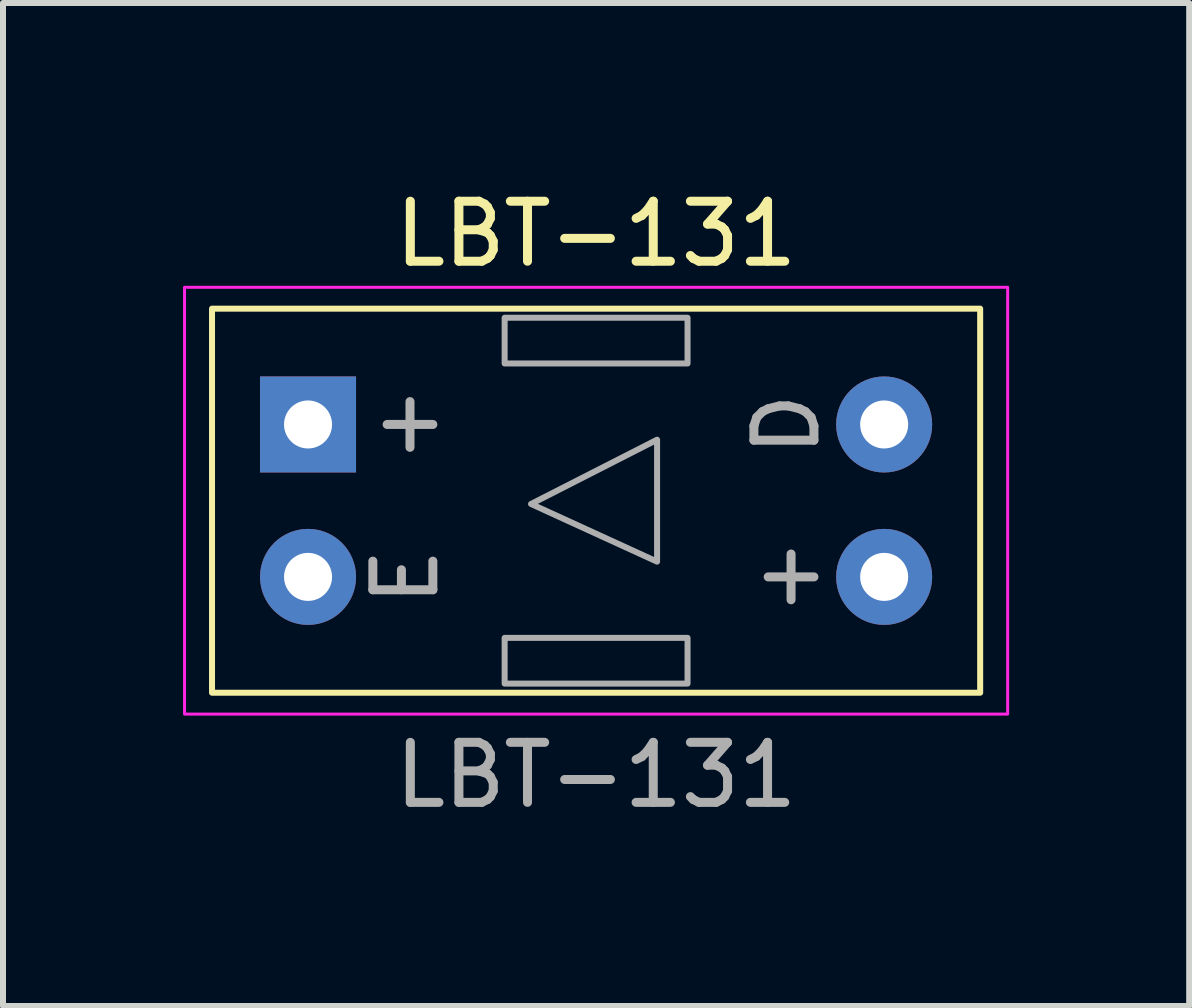
<source format=kicad_pcb>
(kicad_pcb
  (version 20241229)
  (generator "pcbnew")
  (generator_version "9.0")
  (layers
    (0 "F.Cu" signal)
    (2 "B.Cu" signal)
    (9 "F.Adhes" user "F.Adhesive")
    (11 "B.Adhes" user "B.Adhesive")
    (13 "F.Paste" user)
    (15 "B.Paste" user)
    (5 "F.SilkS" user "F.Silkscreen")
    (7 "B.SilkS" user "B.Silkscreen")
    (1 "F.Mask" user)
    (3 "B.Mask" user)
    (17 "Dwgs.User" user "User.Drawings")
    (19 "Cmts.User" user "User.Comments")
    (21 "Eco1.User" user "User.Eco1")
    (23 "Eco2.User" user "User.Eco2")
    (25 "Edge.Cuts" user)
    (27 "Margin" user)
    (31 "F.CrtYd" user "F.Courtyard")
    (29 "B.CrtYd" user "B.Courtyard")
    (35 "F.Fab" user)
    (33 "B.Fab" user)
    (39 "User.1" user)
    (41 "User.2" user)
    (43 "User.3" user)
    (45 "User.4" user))
  (footprint "LBT-131"
    (layer "F.Cu")
    (at 6.883 5.293)
    (property "Reference" "LBT-131" (at 0 -4.445 0) (unlocked yes) (layer "F.SilkS") (effects (font (size 1 1) (thickness 0.15))))
    (attr through_hole)
    (fp_rect (start -6.4 -3.2) (end 6.4 3.2) (stroke (width 0.1) (type default)) (fill no) (layer "F.SilkS"))
    (fp_rect (start -6.858 -3.556) (end 6.858 3.556) (stroke (width 0.05) (type default)) (fill no) (layer "F.CrtYd"))
    (fp_rect (start -1.524 -3.048) (end 1.524 -2.286) (stroke (width 0.1) (type default)) (fill no) (layer "F.Fab"))
    (fp_rect (start -1.524 2.286) (end 1.524 3.048) (stroke (width 0.1) (type default)) (fill no) (layer "F.Fab"))
    (fp_poly (pts (xy -1.084 0.055) (xy 1.016 -1.016) (xy 1.016 1.016)) (stroke (width 0.1) (type solid)) (fill no) (layer "F.Fab"))
    (fp_text user "D" (at 3.175 -1.27 90) (unlocked yes) (layer "F.Fab") (effects (font (size 1 1) (thickness 0.15))))
    (fp_text user "+" (at 3.175 1.27 90) (unlocked yes) (layer "F.Fab") (effects (font (size 1 1) (thickness 0.15))))
    (fp_text user "+" (at -3.175 -1.27 90) (unlocked yes) (layer "F.Fab") (effects (font (size 1 1) (thickness 0.15))))
    (fp_text user "${REFERENCE}" (at 0 4.572 0) (unlocked yes) (layer "F.Fab") (effects (font (size 1 1) (thickness 0.15))))
    (fp_text user "E" (at -3.175 1.27 90) (unlocked yes) (layer "F.Fab") (effects (font (size 1 1) (thickness 0.15))))
    (pad "1" thru_hole rect (at -4.8 -1.27) (size 1.6 1.6) (drill 0.8) (layers "*.Cu" "*.Mask"))
    (pad "2" thru_hole circle (at -4.8 1.27) (size 1.6 1.6) (drill 0.8) (layers "*.Cu" "*.Mask"))
    (pad "3" thru_hole circle (at 4.8 -1.27) (size 1.6 1.6) (drill 0.8) (layers "*.Cu" "*.Mask"))
    (pad "4" thru_hole circle (at 4.8 1.27) (size 1.6 1.6) (drill 0.8) (layers "*.Cu" "*.Mask")))
  (gr_rect
    (start -3 -3)
    (end 16.766 13.713)
    (stroke (width 0.1) (type default))
    (fill no)
    (layer "Edge.Cuts")))
</source>
